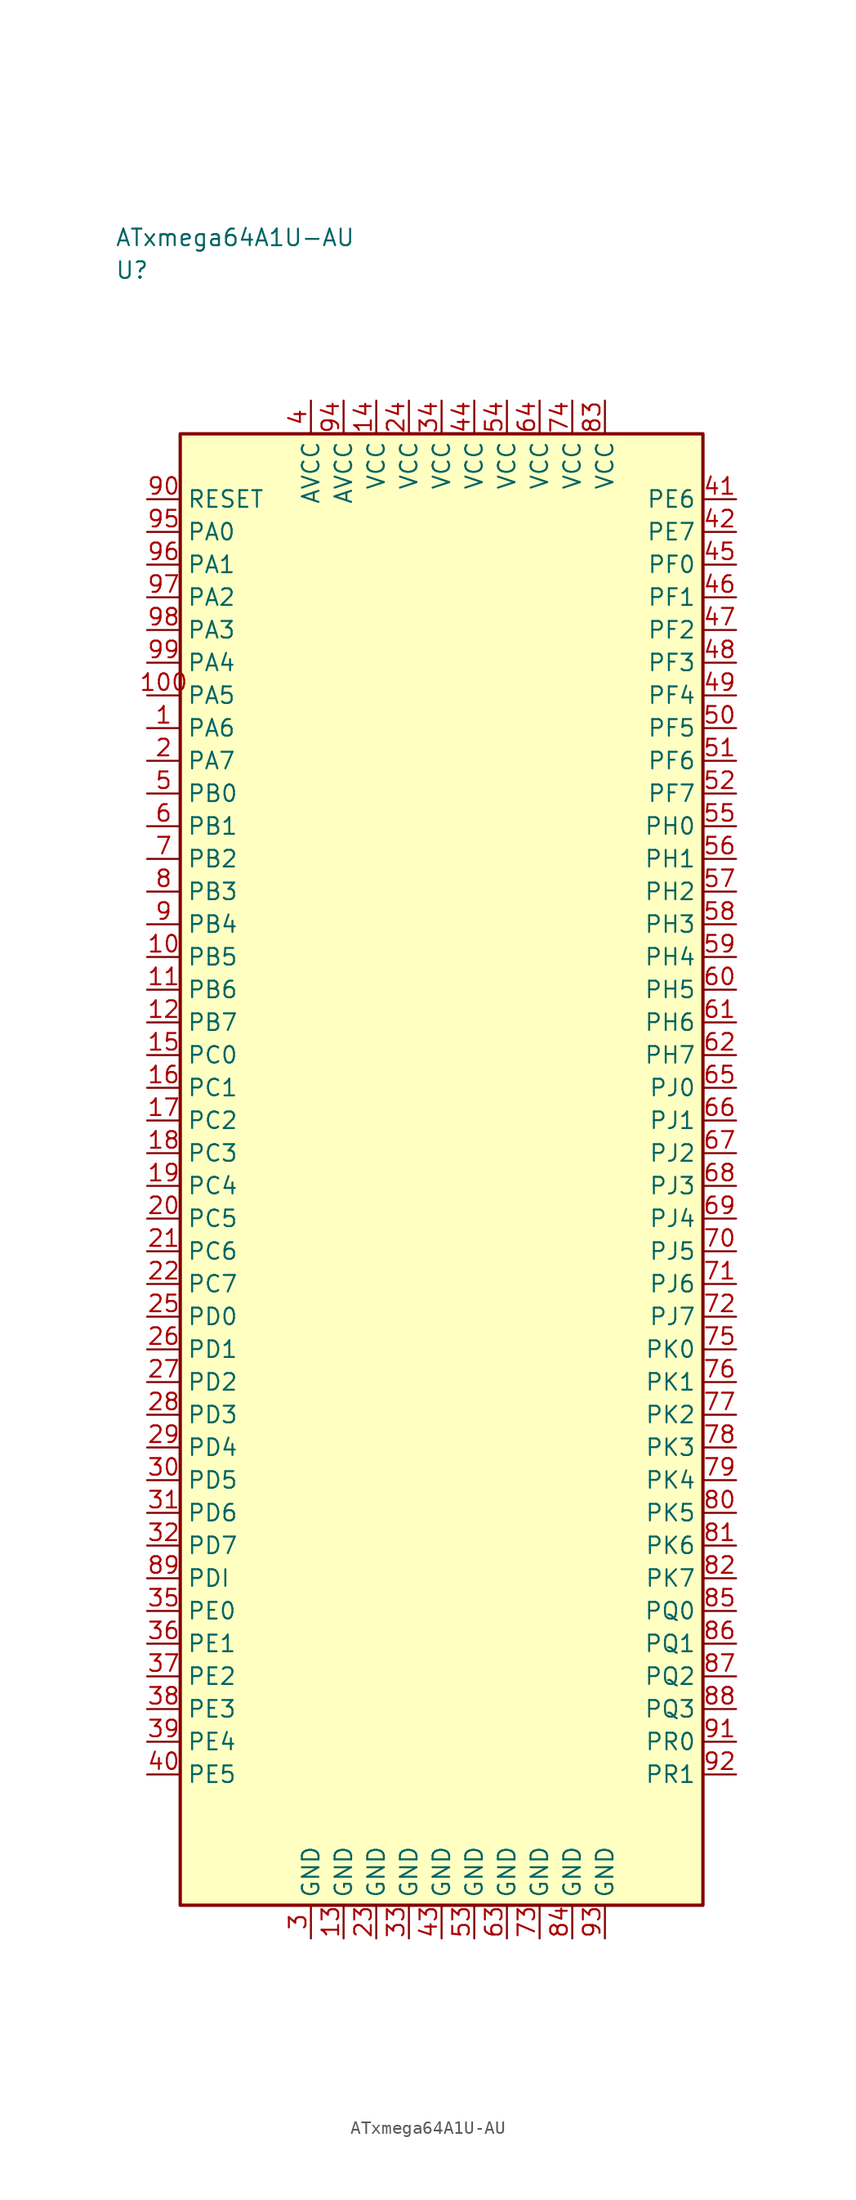
<source format=kicad_sym>
(kicad_symbol_lib
  (version 20241025)
  (generator "kicad_symbol_editor")
  (generator_version "8.0")
  (symbol "ATxmega64A1U-AU"
    (property "Reference" "U"
      (at -25.0 68.75 0)
      (effects (font (size 1.27 1.27)) (justify left)))
    (property "Value" "ATxmega64A1U-AU"
      (at -25.0 71.25 0)
      (effects (font (size 1.27 1.27)) (justify left)))
    (symbol "ATxmega64A1U-AU_0_1"
      (rectangle (start -20.0 56.25) (end 20.0 -56.25) (stroke (width 0.254) (type default)) (fill (type background))))
    (symbol "ATxmega64A1U-AU_1_1"
      (pin bidirectional line (at -22.54 33.75 0.0) (length 2.54) (name "PA6" (effects (font (size 1.27 1.27)))) (number "1" (effects (font (size 1.27 1.27)))))
      (pin bidirectional line (at -22.54 31.25 0.0) (length 2.54) (name "PA7" (effects (font (size 1.27 1.27)))) (number "2" (effects (font (size 1.27 1.27)))))
      (pin passive line (at -10.0 -58.79 90.0) (length 2.54) (name "GND" (effects (font (size 1.27 1.27)))) (number "3" (effects (font (size 1.27 1.27)))))
      (pin power_in line (at -10.0 58.79 270.0) (length 2.54) (name "AVCC" (effects (font (size 1.27 1.27)))) (number "4" (effects (font (size 1.27 1.27)))))
      (pin bidirectional line (at -22.54 28.75 0.0) (length 2.54) (name "PB0" (effects (font (size 1.27 1.27)))) (number "5" (effects (font (size 1.27 1.27)))))
      (pin bidirectional line (at -22.54 26.25 0.0) (length 2.54) (name "PB1" (effects (font (size 1.27 1.27)))) (number "6" (effects (font (size 1.27 1.27)))))
      (pin bidirectional line (at -22.54 23.75 0.0) (length 2.54) (name "PB2" (effects (font (size 1.27 1.27)))) (number "7" (effects (font (size 1.27 1.27)))))
      (pin bidirectional line (at -22.54 21.25 0.0) (length 2.54) (name "PB3" (effects (font (size 1.27 1.27)))) (number "8" (effects (font (size 1.27 1.27)))))
      (pin bidirectional line (at -22.54 18.75 0.0) (length 2.54) (name "PB4" (effects (font (size 1.27 1.27)))) (number "9" (effects (font (size 1.27 1.27)))))
      (pin bidirectional line (at -22.54 16.25 0.0) (length 2.54) (name "PB5" (effects (font (size 1.27 1.27)))) (number "10" (effects (font (size 1.27 1.27)))))
      (pin bidirectional line (at -22.54 13.75 0.0) (length 2.54) (name "PB6" (effects (font (size 1.27 1.27)))) (number "11" (effects (font (size 1.27 1.27)))))
      (pin bidirectional line (at -22.54 11.25 0.0) (length 2.54) (name "PB7" (effects (font (size 1.27 1.27)))) (number "12" (effects (font (size 1.27 1.27)))))
      (pin passive line (at -7.5 -58.79 90.0) (length 2.54) (name "GND" (effects (font (size 1.27 1.27)))) (number "13" (effects (font (size 1.27 1.27)))))
      (pin power_in line (at -5.0 58.79 270.0) (length 2.54) (name "VCC" (effects (font (size 1.27 1.27)))) (number "14" (effects (font (size 1.27 1.27)))))
      (pin bidirectional line (at -22.54 8.75 0.0) (length 2.54) (name "PC0" (effects (font (size 1.27 1.27)))) (number "15" (effects (font (size 1.27 1.27)))))
      (pin bidirectional line (at -22.54 6.25 0.0) (length 2.54) (name "PC1" (effects (font (size 1.27 1.27)))) (number "16" (effects (font (size 1.27 1.27)))))
      (pin bidirectional line (at -22.54 3.75 0.0) (length 2.54) (name "PC2" (effects (font (size 1.27 1.27)))) (number "17" (effects (font (size 1.27 1.27)))))
      (pin bidirectional line (at -22.54 1.25 0.0) (length 2.54) (name "PC3" (effects (font (size 1.27 1.27)))) (number "18" (effects (font (size 1.27 1.27)))))
      (pin bidirectional line (at -22.54 -1.25 0.0) (length 2.54) (name "PC4" (effects (font (size 1.27 1.27)))) (number "19" (effects (font (size 1.27 1.27)))))
      (pin bidirectional line (at -22.54 -3.75 0.0) (length 2.54) (name "PC5" (effects (font (size 1.27 1.27)))) (number "20" (effects (font (size 1.27 1.27)))))
      (pin bidirectional line (at -22.54 -6.25 0.0) (length 2.54) (name "PC6" (effects (font (size 1.27 1.27)))) (number "21" (effects (font (size 1.27 1.27)))))
      (pin bidirectional line (at -22.54 -8.75 0.0) (length 2.54) (name "PC7" (effects (font (size 1.27 1.27)))) (number "22" (effects (font (size 1.27 1.27)))))
      (pin passive line (at -5.0 -58.79 90.0) (length 2.54) (name "GND" (effects (font (size 1.27 1.27)))) (number "23" (effects (font (size 1.27 1.27)))))
      (pin power_in line (at -2.5 58.79 270.0) (length 2.54) (name "VCC" (effects (font (size 1.27 1.27)))) (number "24" (effects (font (size 1.27 1.27)))))
      (pin bidirectional line (at -22.54 -11.25 0.0) (length 2.54) (name "PD0" (effects (font (size 1.27 1.27)))) (number "25" (effects (font (size 1.27 1.27)))))
      (pin bidirectional line (at -22.54 -13.75 0.0) (length 2.54) (name "PD1" (effects (font (size 1.27 1.27)))) (number "26" (effects (font (size 1.27 1.27)))))
      (pin bidirectional line (at -22.54 -16.25 0.0) (length 2.54) (name "PD2" (effects (font (size 1.27 1.27)))) (number "27" (effects (font (size 1.27 1.27)))))
      (pin bidirectional line (at -22.54 -18.75 0.0) (length 2.54) (name "PD3" (effects (font (size 1.27 1.27)))) (number "28" (effects (font (size 1.27 1.27)))))
      (pin bidirectional line (at -22.54 -21.25 0.0) (length 2.54) (name "PD4" (effects (font (size 1.27 1.27)))) (number "29" (effects (font (size 1.27 1.27)))))
      (pin bidirectional line (at -22.54 -23.75 0.0) (length 2.54) (name "PD5" (effects (font (size 1.27 1.27)))) (number "30" (effects (font (size 1.27 1.27)))))
      (pin bidirectional line (at -22.54 -26.25 0.0) (length 2.54) (name "PD6" (effects (font (size 1.27 1.27)))) (number "31" (effects (font (size 1.27 1.27)))))
      (pin bidirectional line (at -22.54 -28.75 0.0) (length 2.54) (name "PD7" (effects (font (size 1.27 1.27)))) (number "32" (effects (font (size 1.27 1.27)))))
      (pin passive line (at -2.5 -58.79 90.0) (length 2.54) (name "GND" (effects (font (size 1.27 1.27)))) (number "33" (effects (font (size 1.27 1.27)))))
      (pin power_in line (at 0.0 58.79 270.0) (length 2.54) (name "VCC" (effects (font (size 1.27 1.27)))) (number "34" (effects (font (size 1.27 1.27)))))
      (pin bidirectional line (at -22.54 -33.75 0.0) (length 2.54) (name "PE0" (effects (font (size 1.27 1.27)))) (number "35" (effects (font (size 1.27 1.27)))))
      (pin bidirectional line (at -22.54 -36.25 0.0) (length 2.54) (name "PE1" (effects (font (size 1.27 1.27)))) (number "36" (effects (font (size 1.27 1.27)))))
      (pin bidirectional line (at -22.54 -38.75 0.0) (length 2.54) (name "PE2" (effects (font (size 1.27 1.27)))) (number "37" (effects (font (size 1.27 1.27)))))
      (pin bidirectional line (at -22.54 -41.25 0.0) (length 2.54) (name "PE3" (effects (font (size 1.27 1.27)))) (number "38" (effects (font (size 1.27 1.27)))))
      (pin bidirectional line (at -22.54 -43.75 0.0) (length 2.54) (name "PE4" (effects (font (size 1.27 1.27)))) (number "39" (effects (font (size 1.27 1.27)))))
      (pin bidirectional line (at -22.54 -46.25 0.0) (length 2.54) (name "PE5" (effects (font (size 1.27 1.27)))) (number "40" (effects (font (size 1.27 1.27)))))
      (pin bidirectional line (at 22.54 51.25 180.0) (length 2.54) (name "PE6" (effects (font (size 1.27 1.27)))) (number "41" (effects (font (size 1.27 1.27)))))
      (pin bidirectional line (at 22.54 48.75 180.0) (length 2.54) (name "PE7" (effects (font (size 1.27 1.27)))) (number "42" (effects (font (size 1.27 1.27)))))
      (pin passive line (at 0.0 -58.79 90.0) (length 2.54) (name "GND" (effects (font (size 1.27 1.27)))) (number "43" (effects (font (size 1.27 1.27)))))
      (pin power_in line (at 2.5 58.79 270.0) (length 2.54) (name "VCC" (effects (font (size 1.27 1.27)))) (number "44" (effects (font (size 1.27 1.27)))))
      (pin bidirectional line (at 22.54 46.25 180.0) (length 2.54) (name "PF0" (effects (font (size 1.27 1.27)))) (number "45" (effects (font (size 1.27 1.27)))))
      (pin bidirectional line (at 22.54 43.75 180.0) (length 2.54) (name "PF1" (effects (font (size 1.27 1.27)))) (number "46" (effects (font (size 1.27 1.27)))))
      (pin bidirectional line (at 22.54 41.25 180.0) (length 2.54) (name "PF2" (effects (font (size 1.27 1.27)))) (number "47" (effects (font (size 1.27 1.27)))))
      (pin bidirectional line (at 22.54 38.75 180.0) (length 2.54) (name "PF3" (effects (font (size 1.27 1.27)))) (number "48" (effects (font (size 1.27 1.27)))))
      (pin bidirectional line (at 22.54 36.25 180.0) (length 2.54) (name "PF4" (effects (font (size 1.27 1.27)))) (number "49" (effects (font (size 1.27 1.27)))))
      (pin bidirectional line (at 22.54 33.75 180.0) (length 2.54) (name "PF5" (effects (font (size 1.27 1.27)))) (number "50" (effects (font (size 1.27 1.27)))))
      (pin bidirectional line (at 22.54 31.25 180.0) (length 2.54) (name "PF6" (effects (font (size 1.27 1.27)))) (number "51" (effects (font (size 1.27 1.27)))))
      (pin bidirectional line (at 22.54 28.75 180.0) (length 2.54) (name "PF7" (effects (font (size 1.27 1.27)))) (number "52" (effects (font (size 1.27 1.27)))))
      (pin passive line (at 2.5 -58.79 90.0) (length 2.54) (name "GND" (effects (font (size 1.27 1.27)))) (number "53" (effects (font (size 1.27 1.27)))))
      (pin power_in line (at 5.0 58.79 270.0) (length 2.54) (name "VCC" (effects (font (size 1.27 1.27)))) (number "54" (effects (font (size 1.27 1.27)))))
      (pin bidirectional line (at 22.54 26.25 180.0) (length 2.54) (name "PH0" (effects (font (size 1.27 1.27)))) (number "55" (effects (font (size 1.27 1.27)))))
      (pin bidirectional line (at 22.54 23.75 180.0) (length 2.54) (name "PH1" (effects (font (size 1.27 1.27)))) (number "56" (effects (font (size 1.27 1.27)))))
      (pin bidirectional line (at 22.54 21.25 180.0) (length 2.54) (name "PH2" (effects (font (size 1.27 1.27)))) (number "57" (effects (font (size 1.27 1.27)))))
      (pin bidirectional line (at 22.54 18.75 180.0) (length 2.54) (name "PH3" (effects (font (size 1.27 1.27)))) (number "58" (effects (font (size 1.27 1.27)))))
      (pin bidirectional line (at 22.54 16.25 180.0) (length 2.54) (name "PH4" (effects (font (size 1.27 1.27)))) (number "59" (effects (font (size 1.27 1.27)))))
      (pin bidirectional line (at 22.54 13.75 180.0) (length 2.54) (name "PH5" (effects (font (size 1.27 1.27)))) (number "60" (effects (font (size 1.27 1.27)))))
      (pin bidirectional line (at 22.54 11.25 180.0) (length 2.54) (name "PH6" (effects (font (size 1.27 1.27)))) (number "61" (effects (font (size 1.27 1.27)))))
      (pin bidirectional line (at 22.54 8.75 180.0) (length 2.54) (name "PH7" (effects (font (size 1.27 1.27)))) (number "62" (effects (font (size 1.27 1.27)))))
      (pin passive line (at 5.0 -58.79 90.0) (length 2.54) (name "GND" (effects (font (size 1.27 1.27)))) (number "63" (effects (font (size 1.27 1.27)))))
      (pin power_in line (at 7.5 58.79 270.0) (length 2.54) (name "VCC" (effects (font (size 1.27 1.27)))) (number "64" (effects (font (size 1.27 1.27)))))
      (pin bidirectional line (at 22.54 6.25 180.0) (length 2.54) (name "PJ0" (effects (font (size 1.27 1.27)))) (number "65" (effects (font (size 1.27 1.27)))))
      (pin bidirectional line (at 22.54 3.75 180.0) (length 2.54) (name "PJ1" (effects (font (size 1.27 1.27)))) (number "66" (effects (font (size 1.27 1.27)))))
      (pin bidirectional line (at 22.54 1.25 180.0) (length 2.54) (name "PJ2" (effects (font (size 1.27 1.27)))) (number "67" (effects (font (size 1.27 1.27)))))
      (pin bidirectional line (at 22.54 -1.25 180.0) (length 2.54) (name "PJ3" (effects (font (size 1.27 1.27)))) (number "68" (effects (font (size 1.27 1.27)))))
      (pin bidirectional line (at 22.54 -3.75 180.0) (length 2.54) (name "PJ4" (effects (font (size 1.27 1.27)))) (number "69" (effects (font (size 1.27 1.27)))))
      (pin bidirectional line (at 22.54 -6.25 180.0) (length 2.54) (name "PJ5" (effects (font (size 1.27 1.27)))) (number "70" (effects (font (size 1.27 1.27)))))
      (pin bidirectional line (at 22.54 -8.75 180.0) (length 2.54) (name "PJ6" (effects (font (size 1.27 1.27)))) (number "71" (effects (font (size 1.27 1.27)))))
      (pin bidirectional line (at 22.54 -11.25 180.0) (length 2.54) (name "PJ7" (effects (font (size 1.27 1.27)))) (number "72" (effects (font (size 1.27 1.27)))))
      (pin passive line (at 7.5 -58.79 90.0) (length 2.54) (name "GND" (effects (font (size 1.27 1.27)))) (number "73" (effects (font (size 1.27 1.27)))))
      (pin power_in line (at 10.0 58.79 270.0) (length 2.54) (name "VCC" (effects (font (size 1.27 1.27)))) (number "74" (effects (font (size 1.27 1.27)))))
      (pin bidirectional line (at 22.54 -13.75 180.0) (length 2.54) (name "PK0" (effects (font (size 1.27 1.27)))) (number "75" (effects (font (size 1.27 1.27)))))
      (pin bidirectional line (at 22.54 -16.25 180.0) (length 2.54) (name "PK1" (effects (font (size 1.27 1.27)))) (number "76" (effects (font (size 1.27 1.27)))))
      (pin bidirectional line (at 22.54 -18.75 180.0) (length 2.54) (name "PK2" (effects (font (size 1.27 1.27)))) (number "77" (effects (font (size 1.27 1.27)))))
      (pin bidirectional line (at 22.54 -21.25 180.0) (length 2.54) (name "PK3" (effects (font (size 1.27 1.27)))) (number "78" (effects (font (size 1.27 1.27)))))
      (pin bidirectional line (at 22.54 -23.75 180.0) (length 2.54) (name "PK4" (effects (font (size 1.27 1.27)))) (number "79" (effects (font (size 1.27 1.27)))))
      (pin bidirectional line (at 22.54 -26.25 180.0) (length 2.54) (name "PK5" (effects (font (size 1.27 1.27)))) (number "80" (effects (font (size 1.27 1.27)))))
      (pin bidirectional line (at 22.54 -28.75 180.0) (length 2.54) (name "PK6" (effects (font (size 1.27 1.27)))) (number "81" (effects (font (size 1.27 1.27)))))
      (pin bidirectional line (at 22.54 -31.25 180.0) (length 2.54) (name "PK7" (effects (font (size 1.27 1.27)))) (number "82" (effects (font (size 1.27 1.27)))))
      (pin power_in line (at 12.5 58.79 270.0) (length 2.54) (name "VCC" (effects (font (size 1.27 1.27)))) (number "83" (effects (font (size 1.27 1.27)))))
      (pin passive line (at 10.0 -58.79 90.0) (length 2.54) (name "GND" (effects (font (size 1.27 1.27)))) (number "84" (effects (font (size 1.27 1.27)))))
      (pin bidirectional line (at 22.54 -33.75 180.0) (length 2.54) (name "PQ0" (effects (font (size 1.27 1.27)))) (number "85" (effects (font (size 1.27 1.27)))))
      (pin bidirectional line (at 22.54 -36.25 180.0) (length 2.54) (name "PQ1" (effects (font (size 1.27 1.27)))) (number "86" (effects (font (size 1.27 1.27)))))
      (pin bidirectional line (at 22.54 -38.75 180.0) (length 2.54) (name "PQ2" (effects (font (size 1.27 1.27)))) (number "87" (effects (font (size 1.27 1.27)))))
      (pin bidirectional line (at 22.54 -41.25 180.0) (length 2.54) (name "PQ3" (effects (font (size 1.27 1.27)))) (number "88" (effects (font (size 1.27 1.27)))))
      (pin bidirectional line (at -22.54 -31.25 0.0) (length 2.54) (name "PDI" (effects (font (size 1.27 1.27)))) (number "89" (effects (font (size 1.27 1.27)))))
      (pin input line (at -22.54 51.25 0.0) (length 2.54) (name "RESET" (effects (font (size 1.27 1.27)))) (number "90" (effects (font (size 1.27 1.27)))))
      (pin bidirectional line (at 22.54 -43.75 180.0) (length 2.54) (name "PR0" (effects (font (size 1.27 1.27)))) (number "91" (effects (font (size 1.27 1.27)))))
      (pin bidirectional line (at 22.54 -46.25 180.0) (length 2.54) (name "PR1" (effects (font (size 1.27 1.27)))) (number "92" (effects (font (size 1.27 1.27)))))
      (pin passive line (at 12.5 -58.79 90.0) (length 2.54) (name "GND" (effects (font (size 1.27 1.27)))) (number "93" (effects (font (size 1.27 1.27)))))
      (pin power_in line (at -7.5 58.79 270.0) (length 2.54) (name "AVCC" (effects (font (size 1.27 1.27)))) (number "94" (effects (font (size 1.27 1.27)))))
      (pin bidirectional line (at -22.54 48.75 0.0) (length 2.54) (name "PA0" (effects (font (size 1.27 1.27)))) (number "95" (effects (font (size 1.27 1.27)))))
      (pin bidirectional line (at -22.54 46.25 0.0) (length 2.54) (name "PA1" (effects (font (size 1.27 1.27)))) (number "96" (effects (font (size 1.27 1.27)))))
      (pin bidirectional line (at -22.54 43.75 0.0) (length 2.54) (name "PA2" (effects (font (size 1.27 1.27)))) (number "97" (effects (font (size 1.27 1.27)))))
      (pin bidirectional line (at -22.54 41.25 0.0) (length 2.54) (name "PA3" (effects (font (size 1.27 1.27)))) (number "98" (effects (font (size 1.27 1.27)))))
      (pin bidirectional line (at -22.54 38.75 0.0) (length 2.54) (name "PA4" (effects (font (size 1.27 1.27)))) (number "99" (effects (font (size 1.27 1.27)))))
      (pin bidirectional line (at -22.54 36.25 0.0) (length 2.54) (name "PA5" (effects (font (size 1.27 1.27)))) (number "100" (effects (font (size 1.27 1.27))))))))
</source>
